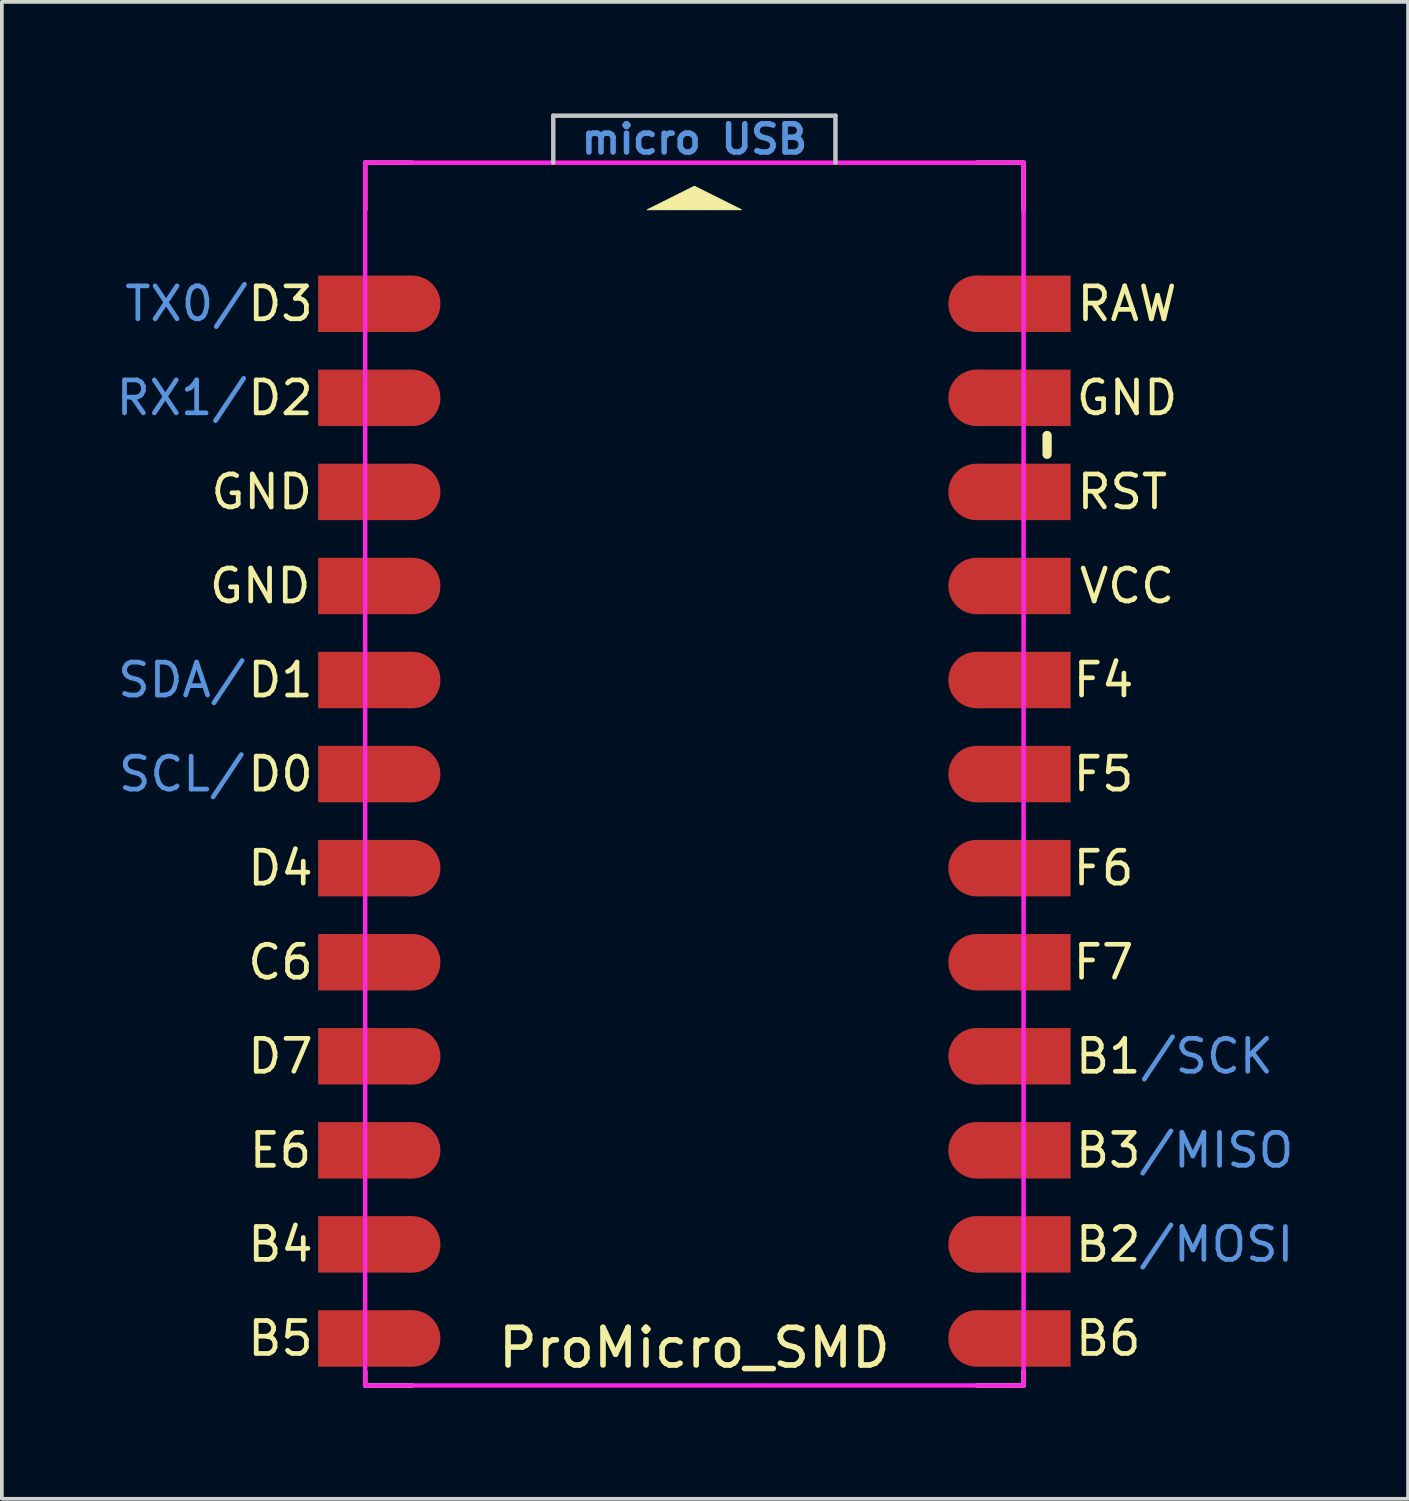
<source format=kicad_pcb>
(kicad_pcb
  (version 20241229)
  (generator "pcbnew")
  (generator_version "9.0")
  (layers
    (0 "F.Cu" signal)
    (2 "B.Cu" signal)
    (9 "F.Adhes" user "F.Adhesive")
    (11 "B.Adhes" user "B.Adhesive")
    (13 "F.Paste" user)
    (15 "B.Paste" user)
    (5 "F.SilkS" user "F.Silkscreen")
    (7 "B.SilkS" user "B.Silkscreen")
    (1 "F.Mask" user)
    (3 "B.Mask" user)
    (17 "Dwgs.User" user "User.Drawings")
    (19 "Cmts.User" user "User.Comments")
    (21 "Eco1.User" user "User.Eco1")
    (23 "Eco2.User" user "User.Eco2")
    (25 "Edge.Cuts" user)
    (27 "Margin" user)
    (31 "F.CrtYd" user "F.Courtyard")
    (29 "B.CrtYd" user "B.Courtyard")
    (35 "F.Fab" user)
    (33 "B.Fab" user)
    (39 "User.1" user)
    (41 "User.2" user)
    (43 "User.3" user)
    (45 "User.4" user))
  (footprint "ProMicro_SMD"
    (layer "F.Cu")
    (at 15.701 17.854)
    (property "Reference" "ProMicro_SMD" (at 0 15.494 0) (layer "F.SilkS") (effects (font (size 1.016 1.016) (thickness 0.152))))
    (attr through_hole)
    (fp_line (start -8.89 -16.51) (end -7.62 -16.51) (stroke (width 0.12) (type solid)) (layer "F.SilkS"))
    (fp_line (start -8.89 -15.24) (end -8.89 -16.51) (stroke (width 0.12) (type solid)) (layer "F.SilkS"))
    (fp_line (start -8.89 16.129) (end -8.89 16.51) (stroke (width 0.12) (type solid)) (layer "F.SilkS"))
    (fp_line (start -8.89 16.51) (end -7.62 16.51) (stroke (width 0.12) (type solid)) (layer "F.SilkS"))
    (fp_line (start 7.62 -16.51) (end 8.89 -16.51) (stroke (width 0.12) (type solid)) (layer "F.SilkS"))
    (fp_line (start 8.89 -16.51) (end 8.89 -15.24) (stroke (width 0.12) (type solid)) (layer "F.SilkS"))
    (fp_line (start 8.89 16.129) (end 8.89 16.51) (stroke (width 0.12) (type solid)) (layer "F.SilkS"))
    (fp_line (start 8.89 16.51) (end 7.62 16.51) (stroke (width 0.12) (type solid)) (layer "F.SilkS"))
    (fp_line (start 9.525 -9.144) (end 9.525 -8.636) (stroke (width 0.25) (type solid)) (layer "F.SilkS"))
    (fp_poly (pts (xy 1.27 -15.24) (xy -1.27 -15.24) (xy 0 -15.875)) (stroke (width 0.025) (type solid)) (fill yes) (layer "F.SilkS"))
    (fp_line (start -3.81 -17.78) (end 3.81 -17.78) (stroke (width 0.12) (type solid)) (layer "Dwgs.User"))
    (fp_line (start -3.81 -16.51) (end -3.81 -17.78) (stroke (width 0.12) (type solid)) (layer "Dwgs.User"))
    (fp_line (start 3.81 -17.78) (end 3.81 -16.51) (stroke (width 0.12) (type solid)) (layer "Dwgs.User"))
    (fp_line (start -8.89 -16.51) (end 8.89 -16.51) (stroke (width 0.12) (type solid)) (layer "F.CrtYd"))
    (fp_line (start -8.89 16.51) (end -8.89 -16.51) (stroke (width 0.12) (type solid)) (layer "F.CrtYd"))
    (fp_line (start 8.89 -16.51) (end 8.89 16.51) (stroke (width 0.12) (type solid)) (layer "F.CrtYd"))
    (fp_line (start 8.89 16.51) (end -8.89 16.51) (stroke (width 0.12) (type solid)) (layer "F.CrtYd"))
    (fp_text user "RAW" (at 11.684 -12.7 0) (layer "F.SilkS") (effects (font (size 0.889 0.889) (thickness 0.127))))
    (fp_text user "GND" (at 11.684 -10.16 0) (layer "F.SilkS") (effects (font (size 0.889 0.889) (thickness 0.127))))
    (fp_text user "E6" (at -11.176 10.16 0) (layer "F.SilkS") (effects (font (size 0.889 0.889) (thickness 0.127))))
    (fp_text user "D2" (at -11.176 -10.16 0) (layer "F.SilkS") (effects (font (size 0.889 0.889) (thickness 0.127))))
    (fp_text user "B2" (at 11.176 12.7 0) (layer "F.SilkS") (effects (font (size 0.889 0.889) (thickness 0.127))))
    (fp_text user "B6" (at 11.176 15.24 0) (layer "F.SilkS") (effects (font (size 0.889 0.889) (thickness 0.127))))
    (fp_text user "D3" (at -11.176 -12.7 0) (layer "F.SilkS") (effects (font (size 0.889 0.889) (thickness 0.127))))
    (fp_text user "D4" (at -11.176 2.54 0) (layer "F.SilkS") (effects (font (size 0.889 0.889) (thickness 0.127))))
    (fp_text user "D1" (at -11.176 -2.54 0) (layer "F.SilkS") (effects (font (size 0.889 0.889) (thickness 0.127))))
    (fp_text user "F7" (at 11.049 5.08 0) (layer "F.SilkS") (effects (font (size 0.889 0.889) (thickness 0.127))))
    (fp_text user "B3" (at 11.176 10.16 0) (layer "F.SilkS") (effects (font (size 0.889 0.889) (thickness 0.127))))
    (fp_text user "B1" (at 11.176 7.62 0) (layer "F.SilkS") (effects (font (size 0.889 0.889) (thickness 0.127))))
    (fp_text user "F4" (at 11.049 -2.54 0) (layer "F.SilkS") (effects (font (size 0.889 0.889) (thickness 0.127))))
    (fp_text user "RST" (at 11.557 -7.62 0) (layer "F.SilkS") (effects (font (size 0.889 0.889) (thickness 0.127))))
    (fp_text user "B5" (at -11.176 15.24 0) (layer "F.SilkS") (effects (font (size 0.889 0.889) (thickness 0.127))))
    (fp_text user "GND" (at -11.684 -7.62 0) (layer "F.SilkS") (effects (font (size 0.889 0.889) (thickness 0.127))))
    (fp_text user "VCC" (at 11.684 -5.08 0) (layer "F.SilkS") (effects (font (size 0.889 0.889) (thickness 0.127))))
    (fp_text user "GND" (at -10.287 -5.08 0) (layer "F.SilkS") (effects (font (size 0.889 0.889) (thickness 0.127)) (justify right)))
    (fp_text user "F6" (at 11.049 2.54 0) (layer "F.SilkS") (effects (font (size 0.889 0.889) (thickness 0.127))))
    (fp_text user "D0" (at -11.176 0 0) (layer "F.SilkS") (effects (font (size 0.889 0.889) (thickness 0.127))))
    (fp_text user "C6" (at -11.176 5.08 0) (layer "F.SilkS") (effects (font (size 0.889 0.889) (thickness 0.127))))
    (fp_text user "F5" (at 11.049 0 0) (layer "F.SilkS") (effects (font (size 0.889 0.889) (thickness 0.127))))
    (fp_text user "B4" (at -11.176 12.7 0) (layer "F.SilkS") (effects (font (size 0.889 0.889) (thickness 0.127))))
    (fp_text user "D7" (at -11.176 7.62 0) (layer "F.SilkS") (effects (font (size 0.889 0.889) (thickness 0.127))))
    (fp_text user "/MISO" (at 14.097 10.16 0) (layer "Cmts.User") (effects (font (size 0.889 0.889) (thickness 0.127))))
    (fp_text user "SDA/" (at -13.843 -2.54 0) (layer "Cmts.User") (effects (font (size 0.889 0.889) (thickness 0.127))))
    (fp_text user "/SCK" (at 13.843 7.62 0) (layer "Cmts.User") (effects (font (size 0.889 0.889) (thickness 0.127))))
    (fp_text user "/MOSI" (at 14.097 12.7 0) (layer "Cmts.User") (effects (font (size 0.889 0.889) (thickness 0.127))))
    (fp_text user "SCL/" (at -13.843 0 0) (layer "Cmts.User") (effects (font (size 0.889 0.889) (thickness 0.127))))
    (fp_text user "TX0/" (at -13.716 -12.7 0) (layer "Cmts.User") (effects (font (size 0.889 0.889) (thickness 0.127))))
    (fp_text user "RX1/" (at -13.843 -10.16 0) (layer "Cmts.User") (effects (font (size 0.889 0.889) (thickness 0.127))))
    (fp_text user "micro USB" (at 0 -17.145 0) (layer "Cmts.User") (effects (font (size 0.762 0.762) (thickness 0.15))))
    (pad "1" smd rect (at -9.525 -12.7) (size 2.54 1.524) (drill (offset 0.635 0)) (layers "F.Cu" "F.Mask" "F.Paste"))
    (pad "1" smd circle (at -7.62 -12.7) (size 1.524 1.524) (layers "F.Cu" "F.Mask" "F.Paste"))
    (pad "2" smd rect (at -9.525 -10.16) (size 2.54 1.524) (drill (offset 0.635 0)) (layers "F.Cu" "F.Mask" "F.Paste"))
    (pad "2" smd circle (at -7.62 -10.16) (size 1.524 1.524) (layers "F.Cu" "F.Mask" "F.Paste"))
    (pad "3" smd rect (at -9.525 -7.62) (size 2.54 1.524) (drill (offset 0.635 0)) (layers "F.Cu" "F.Mask" "F.Paste"))
    (pad "3" smd circle (at -7.62 -7.62) (size 1.524 1.524) (layers "F.Cu" "F.Mask" "F.Paste"))
    (pad "4" smd rect (at -9.525 -5.08) (size 2.54 1.524) (drill (offset 0.635 0)) (layers "F.Cu" "F.Mask" "F.Paste"))
    (pad "4" smd circle (at -7.62 -5.08) (size 1.524 1.524) (layers "F.Cu" "F.Mask" "F.Paste"))
    (pad "5" smd rect (at -9.525 -2.54) (size 2.54 1.524) (drill (offset 0.635 0)) (layers "F.Cu" "F.Mask" "F.Paste"))
    (pad "5" smd circle (at -7.62 -2.54) (size 1.524 1.524) (layers "F.Cu" "F.Mask" "F.Paste"))
    (pad "6" smd rect (at -9.525 0) (size 2.54 1.524) (drill (offset 0.635 0)) (layers "F.Cu" "F.Mask" "F.Paste"))
    (pad "6" smd circle (at -7.62 0) (size 1.524 1.524) (layers "F.Cu" "F.Mask" "F.Paste"))
    (pad "7" smd rect (at -9.525 2.54) (size 2.54 1.524) (drill (offset 0.635 0)) (layers "F.Cu" "F.Mask" "F.Paste"))
    (pad "7" smd circle (at -7.62 2.54) (size 1.524 1.524) (layers "F.Cu" "F.Mask" "F.Paste"))
    (pad "8" smd rect (at -9.525 5.08) (size 2.54 1.524) (drill (offset 0.635 0)) (layers "F.Cu" "F.Mask" "F.Paste"))
    (pad "8" smd circle (at -7.62 5.08) (size 1.524 1.524) (layers "F.Cu" "F.Mask" "F.Paste"))
    (pad "9" smd rect (at -9.525 7.62) (size 2.54 1.524) (drill (offset 0.635 0)) (layers "F.Cu" "F.Mask" "F.Paste"))
    (pad "9" smd circle (at -7.62 7.62) (size 1.524 1.524) (layers "F.Cu" "F.Mask" "F.Paste"))
    (pad "10" smd rect (at -9.525 10.16) (size 2.54 1.524) (drill (offset 0.635 0)) (layers "F.Cu" "F.Mask" "F.Paste"))
    (pad "10" smd circle (at -7.62 10.16) (size 1.524 1.524) (layers "F.Cu" "F.Mask" "F.Paste"))
    (pad "11" smd rect (at -9.525 12.7) (size 2.54 1.524) (drill (offset 0.635 0)) (layers "F.Cu" "F.Mask" "F.Paste"))
    (pad "11" smd circle (at -7.62 12.7) (size 1.524 1.524) (layers "F.Cu" "F.Mask" "F.Paste"))
    (pad "12" smd rect (at -9.525 15.24) (size 2.54 1.524) (drill (offset 0.635 0)) (layers "F.Cu" "F.Mask" "F.Paste"))
    (pad "12" smd circle (at -7.62 15.24) (size 1.524 1.524) (layers "F.Cu" "F.Mask" "F.Paste"))
    (pad "13" smd circle (at 7.62 15.24) (size 1.524 1.524) (layers "F.Cu" "F.Mask" "F.Paste"))
    (pad "13" smd rect (at 9.525 15.24) (size 2.54 1.524) (drill (offset -0.635 0)) (layers "F.Cu" "F.Mask" "F.Paste"))
    (pad "14" smd circle (at 7.62 12.7) (size 1.524 1.524) (layers "F.Cu" "F.Mask" "F.Paste"))
    (pad "14" smd rect (at 9.525 12.7) (size 2.54 1.524) (drill (offset -0.635 0)) (layers "F.Cu" "F.Mask" "F.Paste"))
    (pad "15" smd circle (at 7.62 10.16) (size 1.524 1.524) (layers "F.Cu" "F.Mask" "F.Paste"))
    (pad "15" smd rect (at 9.525 10.16) (size 2.54 1.524) (drill (offset -0.635 0)) (layers "F.Cu" "F.Mask" "F.Paste"))
    (pad "16" smd circle (at 7.62 7.62) (size 1.524 1.524) (layers "F.Cu" "F.Mask" "F.Paste"))
    (pad "16" smd rect (at 9.525 7.62) (size 2.54 1.524) (drill (offset -0.635 0)) (layers "F.Cu" "F.Mask" "F.Paste"))
    (pad "17" smd circle (at 7.62 5.08) (size 1.524 1.524) (layers "F.Cu" "F.Mask" "F.Paste"))
    (pad "17" smd rect (at 9.525 5.08) (size 2.54 1.524) (drill (offset -0.635 0)) (layers "F.Cu" "F.Mask" "F.Paste"))
    (pad "18" smd circle (at 7.62 2.54) (size 1.524 1.524) (layers "F.Cu" "F.Mask" "F.Paste"))
    (pad "18" smd rect (at 9.525 2.54) (size 2.54 1.524) (drill (offset -0.635 0)) (layers "F.Cu" "F.Mask" "F.Paste"))
    (pad "19" smd circle (at 7.62 0) (size 1.524 1.524) (layers "F.Cu" "F.Mask" "F.Paste"))
    (pad "19" smd rect (at 9.525 0) (size 2.54 1.524) (drill (offset -0.635 0)) (layers "F.Cu" "F.Mask" "F.Paste"))
    (pad "20" smd circle (at 7.62 -2.54) (size 1.524 1.524) (layers "F.Cu" "F.Mask" "F.Paste"))
    (pad "20" smd rect (at 9.525 -2.54) (size 2.54 1.524) (drill (offset -0.635 0)) (layers "F.Cu" "F.Mask" "F.Paste"))
    (pad "21" smd circle (at 7.62 -5.08) (size 1.524 1.524) (layers "F.Cu" "F.Mask" "F.Paste"))
    (pad "21" smd rect (at 9.525 -5.08) (size 2.54 1.524) (drill (offset -0.635 0)) (layers "F.Cu" "F.Mask" "F.Paste"))
    (pad "22" smd circle (at 7.62 -7.62) (size 1.524 1.524) (layers "F.Cu" "F.Mask" "F.Paste"))
    (pad "22" smd rect (at 9.525 -7.62) (size 2.54 1.524) (drill (offset -0.635 0)) (layers "F.Cu" "F.Mask" "F.Paste"))
    (pad "23" smd circle (at 7.62 -10.16) (size 1.524 1.524) (layers "F.Cu" "F.Mask" "F.Paste"))
    (pad "23" smd rect (at 9.525 -10.16) (size 2.54 1.524) (drill (offset -0.635 0)) (layers "F.Cu" "F.Mask" "F.Paste"))
    (pad "24" smd circle (at 7.62 -12.7) (size 1.524 1.524) (layers "F.Cu" "F.Mask" "F.Paste"))
    (pad "24" smd rect (at 9.525 -12.7) (size 2.54 1.524) (drill (offset -0.635 0)) (layers "F.Cu" "F.Mask" "F.Paste")))
  (gr_rect
    (start -3 -3)
    (end 34.974 37.424)
    (stroke (width 0.1) (type default))
    (fill no)
    (layer "Edge.Cuts")))
</source>
